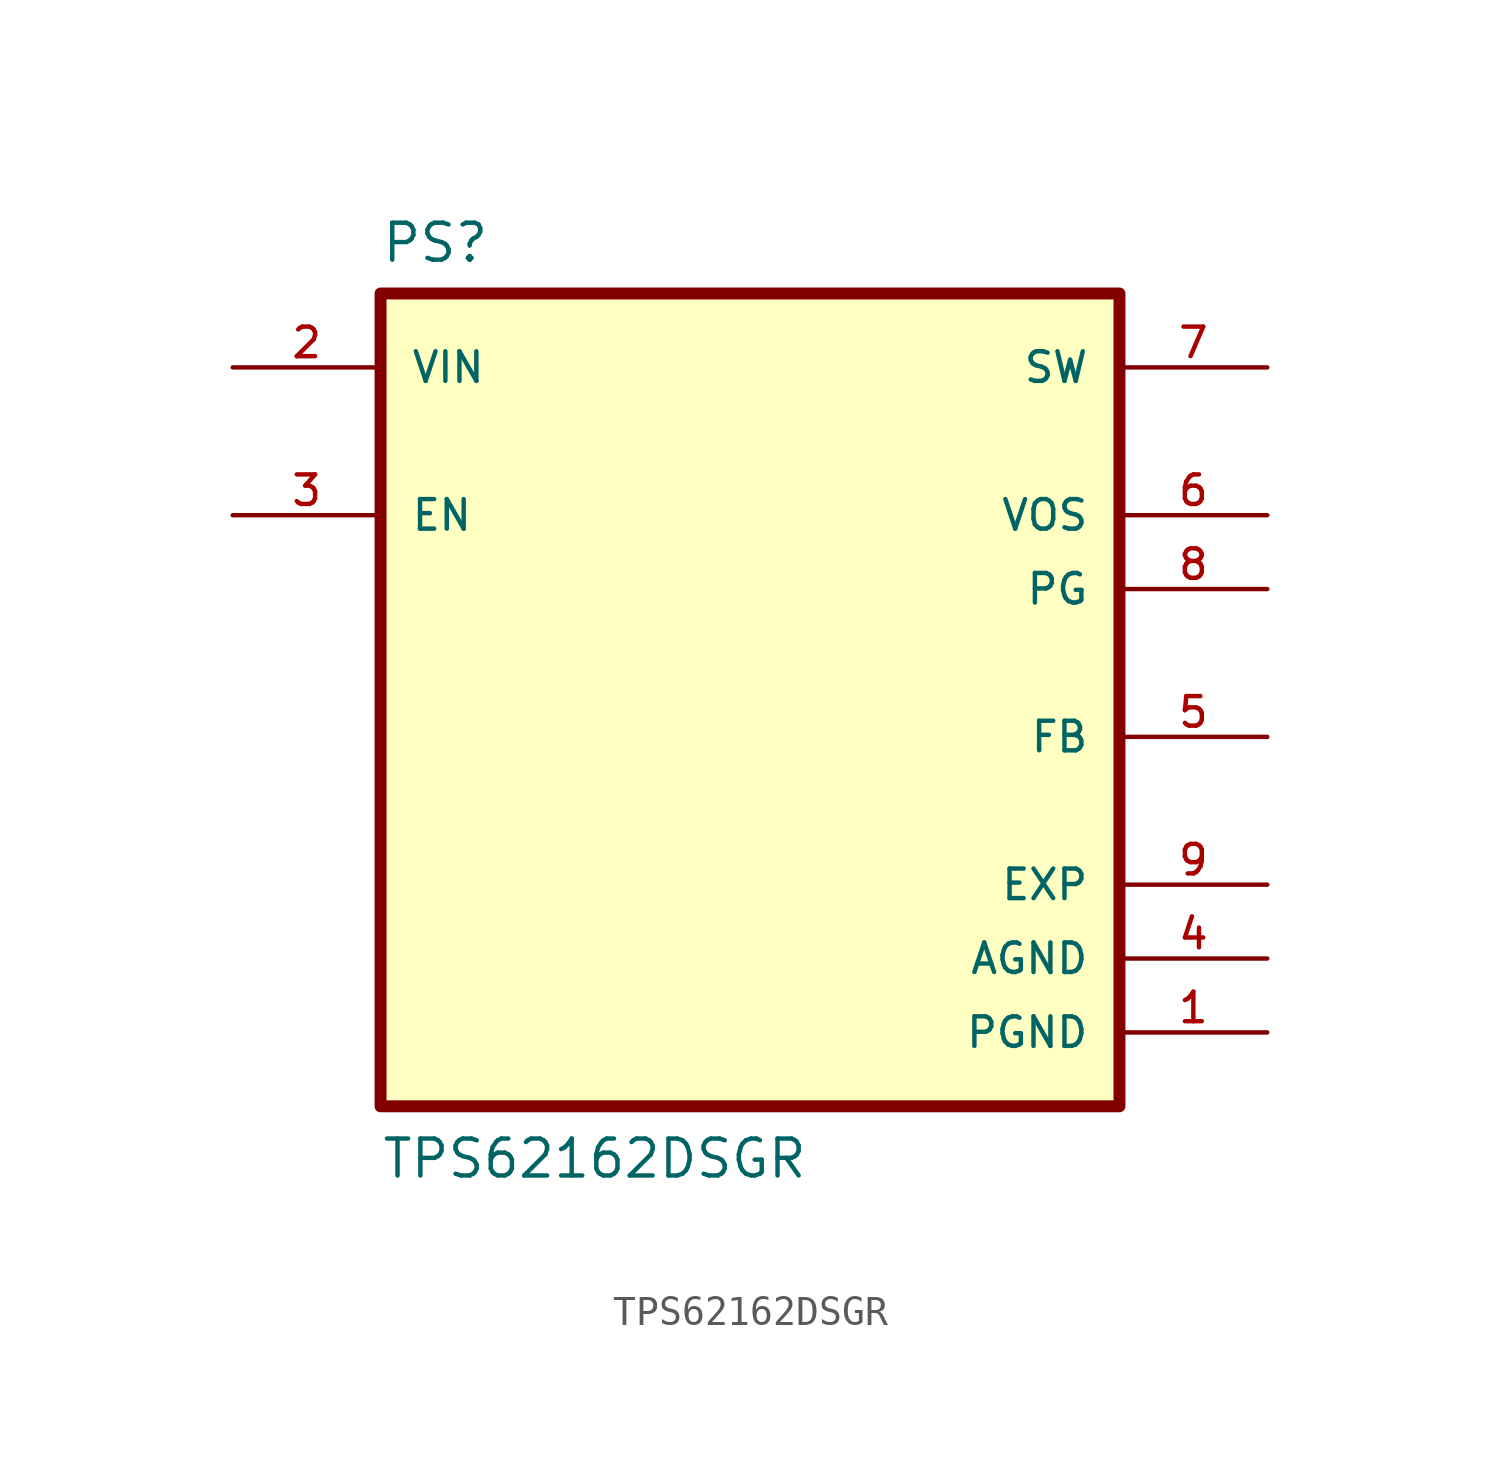
<source format=kicad_sym>
(kicad_symbol_lib
  (version 20211014)
  (generator kicad_symbol_editor)
  (symbol "TPS62162DSGR"
    (pin_names
      (offset 1.016))
    (property "Reference" "PS"
      (at -12.7 13.7 0.0)
      (effects (font (size 1.27 1.27)) (justify bottom left)))
    (property "Value" "TPS62162DSGR"
      (at -12.7 -17.78 0.0)
      (effects (font (size 1.27 1.27)) (justify bottom left)))
    (symbol "TPS62162DSGR_0_0"
      (rectangle (start -12.7 -15.24) (end 12.7 12.7) (stroke (width 0.41)) (fill (type background)))
      (pin input line (at -17.78 10.16 0) (length 5.08) (name "VIN" (effects (font (size 1.016 1.016)))) (number "2" (effects (font (size 1.016 1.016)))))
      (pin input line (at -17.78 5.08 0) (length 5.08) (name "EN" (effects (font (size 1.016 1.016)))) (number "3" (effects (font (size 1.016 1.016)))))
      (pin input line (at 17.78 -2.54 180.0) (length 5.08) (name "FB" (effects (font (size 1.016 1.016)))) (number "5" (effects (font (size 1.016 1.016)))))
      (pin output line (at 17.78 2.54 180.0) (length 5.08) (name "PG" (effects (font (size 1.016 1.016)))) (number "8" (effects (font (size 1.016 1.016)))))
      (pin output line (at 17.78 10.16 180.0) (length 5.08) (name "SW" (effects (font (size 1.016 1.016)))) (number "7" (effects (font (size 1.016 1.016)))))
      (pin input line (at 17.78 5.08 180.0) (length 5.08) (name "VOS" (effects (font (size 1.016 1.016)))) (number "6" (effects (font (size 1.016 1.016)))))
      (pin power_in line (at 17.78 -10.16 180.0) (length 5.08) (name "AGND" (effects (font (size 1.016 1.016)))) (number "4" (effects (font (size 1.016 1.016)))))
      (pin power_in line (at 17.78 -12.7 180.0) (length 5.08) (name "PGND" (effects (font (size 1.016 1.016)))) (number "1" (effects (font (size 1.016 1.016)))))
      (pin passive line (at 17.78 -7.62 180.0) (length 5.08) (name "EXP" (effects (font (size 1.016 1.016)))) (number "9" (effects (font (size 1.016 1.016))))))))
</source>
